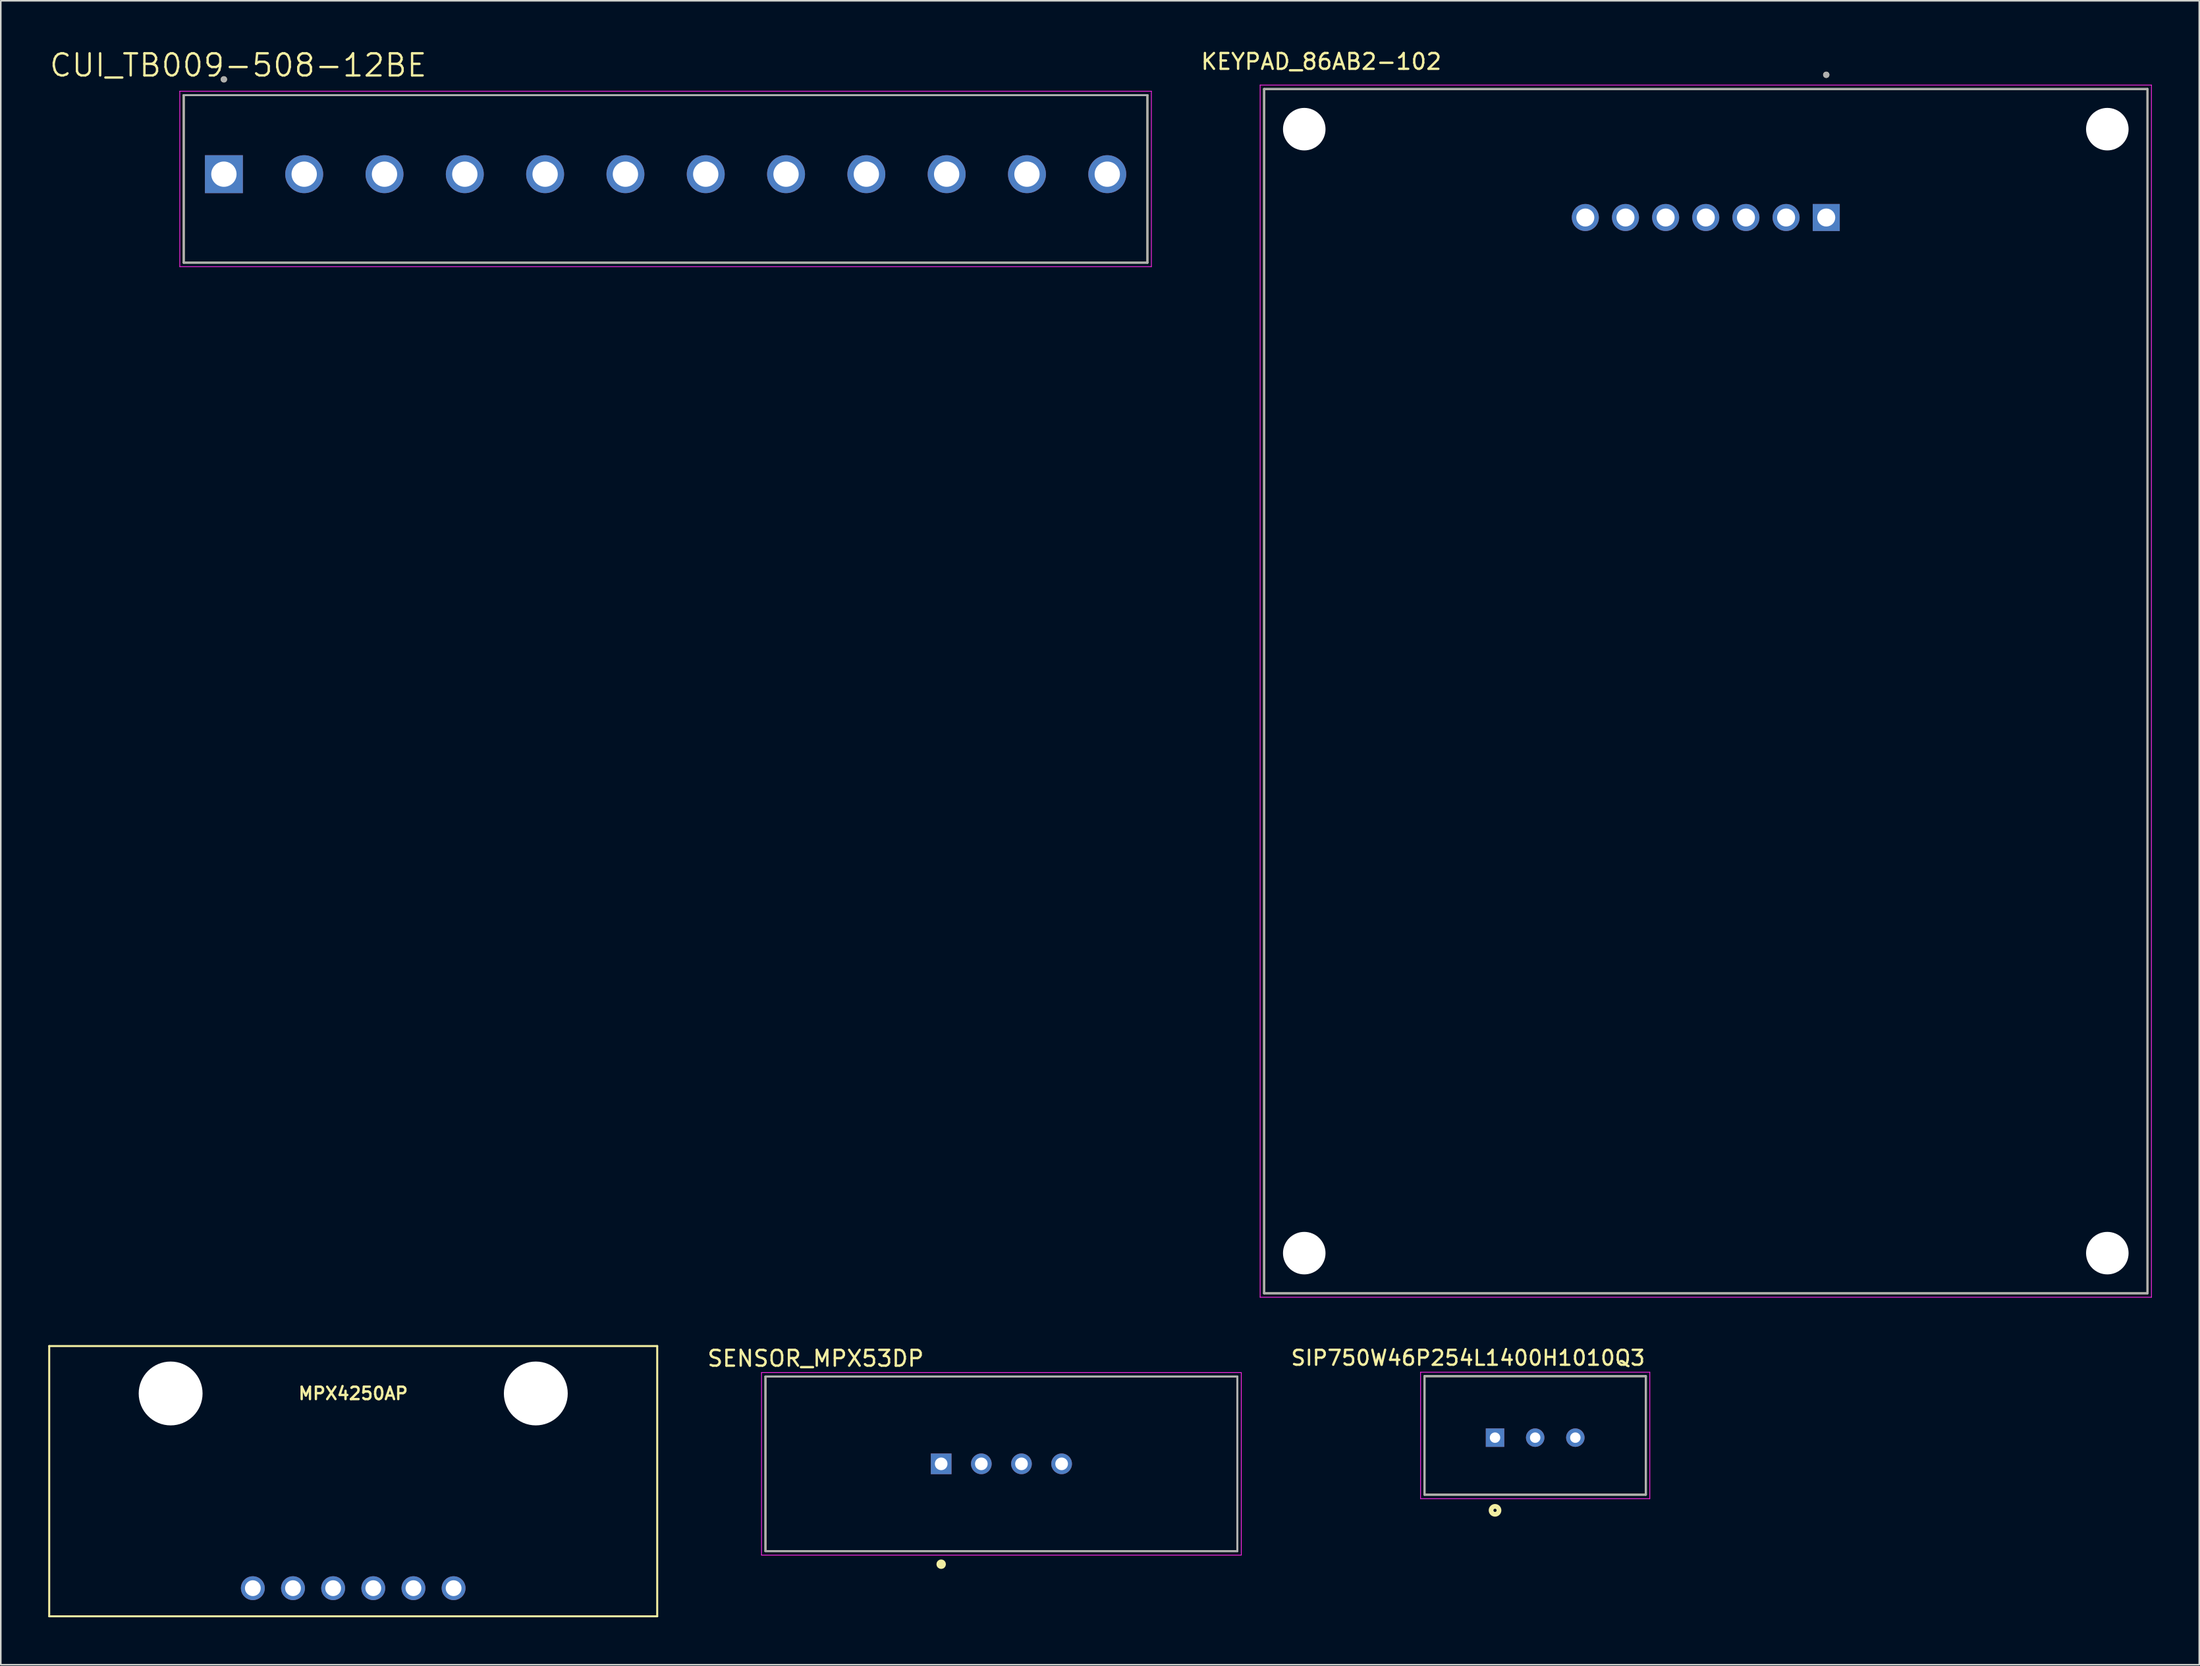
<source format=kicad_pcb>
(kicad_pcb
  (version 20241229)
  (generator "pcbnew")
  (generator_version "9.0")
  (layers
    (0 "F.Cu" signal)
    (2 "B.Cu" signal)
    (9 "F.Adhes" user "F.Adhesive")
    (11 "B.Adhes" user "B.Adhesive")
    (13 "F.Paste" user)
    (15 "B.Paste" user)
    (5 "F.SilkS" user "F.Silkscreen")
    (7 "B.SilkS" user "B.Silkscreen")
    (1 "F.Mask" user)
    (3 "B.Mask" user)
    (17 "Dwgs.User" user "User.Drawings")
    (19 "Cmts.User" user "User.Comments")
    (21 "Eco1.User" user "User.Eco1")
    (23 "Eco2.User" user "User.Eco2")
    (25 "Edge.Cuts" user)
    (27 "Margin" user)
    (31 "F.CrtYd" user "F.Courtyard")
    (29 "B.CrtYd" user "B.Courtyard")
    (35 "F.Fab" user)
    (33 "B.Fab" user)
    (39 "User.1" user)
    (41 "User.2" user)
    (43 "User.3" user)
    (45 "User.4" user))
  (footprint "SENSOR_MPX53DP"
    (layer "F.Cu")
    (at 60.296 89.575)
    (property "Reference" "SENSOR_MPX53DP" (at -11.75 -6.669 0) (layer "F.SilkS") (effects (font (size 1 1) (thickness 0.15))))
    (attr through_hole)
    (fp_line (start -14.925 -5.525) (end 14.925 -5.525) (stroke (width 0.127) (type solid)) (layer "F.SilkS"))
    (fp_line (start -14.925 5.525) (end -14.925 -5.525) (stroke (width 0.127) (type solid)) (layer "F.SilkS"))
    (fp_line (start 14.925 -5.525) (end 14.925 5.525) (stroke (width 0.127) (type solid)) (layer "F.SilkS"))
    (fp_line (start 14.925 5.525) (end -14.925 5.525) (stroke (width 0.127) (type solid)) (layer "F.SilkS"))
    (fp_circle (center -3.81 6.35) (end -3.66 6.35) (stroke (width 0.3) (type solid)) (fill no) (layer "F.SilkS"))
    (fp_line (start -15.175 -5.775) (end 15.175 -5.775) (stroke (width 0.05) (type solid)) (layer "F.CrtYd"))
    (fp_line (start -15.175 5.775) (end -15.175 -5.775) (stroke (width 0.05) (type solid)) (layer "F.CrtYd"))
    (fp_line (start 15.175 -5.775) (end 15.175 5.775) (stroke (width 0.05) (type solid)) (layer "F.CrtYd"))
    (fp_line (start 15.175 5.775) (end -15.175 5.775) (stroke (width 0.05) (type solid)) (layer "F.CrtYd"))
    (fp_line (start -14.925 -5.525) (end 14.925 -5.525) (stroke (width 0.127) (type solid)) (layer "F.Fab"))
    (fp_line (start -14.925 5.525) (end -14.925 -5.525) (stroke (width 0.127) (type solid)) (layer "F.Fab"))
    (fp_line (start 14.925 -5.525) (end 14.925 5.525) (stroke (width 0.127) (type solid)) (layer "F.Fab"))
    (fp_line (start 14.925 5.525) (end -14.925 5.525) (stroke (width 0.127) (type solid)) (layer "F.Fab"))
    (fp_circle (center -3.81 0) (end -3.66 0) (stroke (width 0.3) (type solid)) (fill no) (layer "F.Fab"))
    (pad "1" thru_hole rect (at -3.81 0) (size 1.308 1.308) (drill 0.8) (layers "*.Cu" "*.Mask"))
    (pad "2" thru_hole circle (at -1.27 0) (size 1.308 1.308) (drill 0.8) (layers "*.Cu" "*.Mask"))
    (pad "3" thru_hole circle (at 1.27 0) (size 1.308 1.308) (drill 0.8) (layers "*.Cu" "*.Mask"))
    (pad "4" thru_hole circle (at 3.81 0) (size 1.308 1.308) (drill 0.8) (layers "*.Cu" "*.Mask")))
  (footprint "KEYPAD_86AB2-102"
    (layer "F.Cu")
    (at 104.854 40.683)
    (property "Reference" "KEYPAD_86AB2-102" (at -24.325 -39.835 0) (layer "F.SilkS") (effects (font (size 1 1) (thickness 0.15))))
    (attr through_hole)
    (fp_line (start -27.94 -38.1) (end 27.94 -38.1) (stroke (width 0.127) (type solid)) (layer "F.SilkS"))
    (fp_line (start -27.94 38.1) (end -27.94 -38.1) (stroke (width 0.127) (type solid)) (layer "F.SilkS"))
    (fp_line (start 27.94 -38.1) (end 27.94 38.1) (stroke (width 0.127) (type solid)) (layer "F.SilkS"))
    (fp_line (start 27.94 38.1) (end -27.94 38.1) (stroke (width 0.127) (type solid)) (layer "F.SilkS"))
    (fp_circle (center 7.62 -39) (end 7.72 -39) (stroke (width 0.2) (type solid)) (fill no) (layer "F.SilkS"))
    (fp_line (start -28.19 -38.35) (end 28.19 -38.35) (stroke (width 0.05) (type solid)) (layer "F.CrtYd"))
    (fp_line (start -28.19 38.35) (end -28.19 -38.35) (stroke (width 0.05) (type solid)) (layer "F.CrtYd"))
    (fp_line (start 28.19 -38.35) (end 28.19 38.35) (stroke (width 0.05) (type solid)) (layer "F.CrtYd"))
    (fp_line (start 28.19 38.35) (end -28.19 38.35) (stroke (width 0.05) (type solid)) (layer "F.CrtYd"))
    (fp_line (start -27.94 -38.1) (end 27.94 -38.1) (stroke (width 0.127) (type solid)) (layer "F.Fab"))
    (fp_line (start -27.94 38.1) (end -27.94 -38.1) (stroke (width 0.127) (type solid)) (layer "F.Fab"))
    (fp_line (start 27.94 -38.1) (end 27.94 38.1) (stroke (width 0.127) (type solid)) (layer "F.Fab"))
    (fp_line (start 27.94 38.1) (end -27.94 38.1) (stroke (width 0.127) (type solid)) (layer "F.Fab"))
    (fp_circle (center 7.62 -39) (end 7.72 -39) (stroke (width 0.2) (type solid)) (fill no) (layer "F.Fab"))
    (pad "" np_thru_hole circle (at -25.4 -35.56) (size 2.69 2.69) (drill 2.69) (layers "*.Cu" "*.Mask"))
    (pad "" np_thru_hole circle (at -25.4 35.56) (size 2.69 2.69) (drill 2.69) (layers "*.Cu" "*.Mask"))
    (pad "" np_thru_hole circle (at 25.4 -35.56) (size 2.69 2.69) (drill 2.69) (layers "*.Cu" "*.Mask"))
    (pad "" np_thru_hole circle (at 25.4 35.56) (size 2.69 2.69) (drill 2.69) (layers "*.Cu" "*.Mask"))
    (pad "D" thru_hole rect (at 7.62 -29.97) (size 1.71 1.71) (drill 1.14) (layers "*.Cu" "*.Mask"))
    (pad "E" thru_hole circle (at 5.08 -29.97) (size 1.71 1.71) (drill 1.14) (layers "*.Cu" "*.Mask"))
    (pad "F" thru_hole circle (at 2.54 -29.97) (size 1.71 1.71) (drill 1.14) (layers "*.Cu" "*.Mask"))
    (pad "G" thru_hole circle (at 0 -29.97) (size 1.71 1.71) (drill 1.14) (layers "*.Cu" "*.Mask"))
    (pad "H" thru_hole circle (at -2.54 -29.97) (size 1.71 1.71) (drill 1.14) (layers "*.Cu" "*.Mask"))
    (pad "J" thru_hole circle (at -5.08 -29.97) (size 1.71 1.71) (drill 1.14) (layers "*.Cu" "*.Mask"))
    (pad "K" thru_hole circle (at -7.62 -29.97) (size 1.71 1.71) (drill 1.14) (layers "*.Cu" "*.Mask")))
  (footprint "MPX4250AP"
    (layer "F.Cu")
    (at 19.294 85.122)
    (property "Reference" "MPX4250AP" (at 0 0 0) (layer "F.SilkS") (effects (font (size 0.787 0.787) (thickness 0.15))))
    (attr through_hole)
    (fp_line (start -19.23 -3) (end -19.23 14.1) (stroke (width 0.127) (type solid)) (layer "F.SilkS"))
    (fp_line (start -19.23 -3) (end 19.23 -3) (stroke (width 0.127) (type solid)) (layer "F.SilkS"))
    (fp_line (start -19.23 14.1) (end 19.23 14.1) (stroke (width 0.127) (type solid)) (layer "F.SilkS"))
    (fp_line (start 19.23 14.1) (end 19.23 -3) (stroke (width 0.127) (type solid)) (layer "F.SilkS"))
    (pad "" np_thru_hole circle (at -11.55 0) (size 4.04 4.04) (drill 4.04) (layers "*.Cu" "*.Mask"))
    (pad "" np_thru_hole circle (at 11.55 0) (size 4.04 4.04) (drill 4.04) (layers "*.Cu" "*.Mask"))
    (pad "P$1" thru_hole circle (at 6.35 12.32) (size 1.508 1.508) (drill 1) (layers "*.Cu" "*.Mask"))
    (pad "P$2" thru_hole circle (at 3.81 12.32) (size 1.508 1.508) (drill 1) (layers "*.Cu" "*.Mask"))
    (pad "P$3" thru_hole circle (at 1.27 12.32) (size 1.508 1.508) (drill 1) (layers "*.Cu" "*.Mask"))
    (pad "P$4" thru_hole circle (at -1.27 12.32) (size 1.508 1.508) (drill 1) (layers "*.Cu" "*.Mask"))
    (pad "P$5" thru_hole circle (at -3.81 12.32) (size 1.508 1.508) (drill 1) (layers "*.Cu" "*.Mask"))
    (pad "P$6" thru_hole circle (at -6.35 12.32) (size 1.508 1.508) (drill 1) (layers "*.Cu" "*.Mask")))
  (footprint "SIP750W46P254L1400H1010Q3"
    (layer "F.Cu")
    (at 91.522 87.917)
    (property "Reference" "SIP750W46P254L1400H1010Q3" (at -1.71 -5.043 0) (layer "F.SilkS") (effects (font (size 0.945 0.945) (thickness 0.15))))
    (attr through_hole)
    (fp_line (start -4.46 -3.89) (end -4.46 3.61) (stroke (width 0.127) (type solid)) (layer "F.SilkS"))
    (fp_line (start -4.46 3.61) (end 9.54 3.61) (stroke (width 0.127) (type solid)) (layer "F.SilkS"))
    (fp_line (start 9.54 -3.89) (end -4.46 -3.89) (stroke (width 0.127) (type solid)) (layer "F.SilkS"))
    (fp_line (start 9.54 3.61) (end 9.54 -3.89) (stroke (width 0.127) (type solid)) (layer "F.SilkS"))
    (fp_circle (center 0 4.6) (end 0.1 4.6) (stroke (width 0.3) (type solid)) (fill no) (layer "F.SilkS"))
    (fp_line (start -4.71 -4.14) (end 9.79 -4.14) (stroke (width 0.05) (type solid)) (layer "F.CrtYd"))
    (fp_line (start -4.71 3.86) (end -4.71 -4.14) (stroke (width 0.05) (type solid)) (layer "F.CrtYd"))
    (fp_line (start 9.79 -4.14) (end 9.79 3.86) (stroke (width 0.05) (type solid)) (layer "F.CrtYd"))
    (fp_line (start 9.79 3.86) (end -4.71 3.86) (stroke (width 0.05) (type solid)) (layer "F.CrtYd"))
    (fp_line (start -4.46 -3.89) (end -4.46 3.61) (stroke (width 0.127) (type solid)) (layer "F.Fab"))
    (fp_line (start -4.46 3.61) (end 9.54 3.61) (stroke (width 0.127) (type solid)) (layer "F.Fab"))
    (fp_line (start 9.54 -3.89) (end -4.46 -3.89) (stroke (width 0.127) (type solid)) (layer "F.Fab"))
    (fp_line (start 9.54 3.61) (end 9.54 -3.89) (stroke (width 0.127) (type solid)) (layer "F.Fab"))
    (pad "1" thru_hole rect (at 0 0) (size 1.168 1.168) (drill 0.66) (layers "*.Cu" "*.Mask"))
    (pad "2" thru_hole circle (at 2.54 0) (size 1.168 1.168) (drill 0.66) (layers "*.Cu" "*.Mask"))
    (pad "3" thru_hole circle (at 5.08 0) (size 1.168 1.168) (drill 0.66) (layers "*.Cu" "*.Mask")))
  (footprint "CUI_TB009-508-12BE"
    (layer "F.Cu")
    (at 11.113 7.971)
    (property "Reference" "CUI_TB009-508-12BE" (at 0.905 -6.889 0) (layer "F.SilkS") (effects (font (size 1.4 1.4) (thickness 0.15))))
    (attr through_hole)
    (fp_line (start -2.54 -5) (end 58.42 -5) (stroke (width 0.127) (type solid)) (layer "F.SilkS"))
    (fp_line (start -2.54 5.6) (end -2.54 -5) (stroke (width 0.127) (type solid)) (layer "F.SilkS"))
    (fp_line (start 58.42 -5) (end 58.42 5.6) (stroke (width 0.127) (type solid)) (layer "F.SilkS"))
    (fp_line (start 58.42 5.6) (end -2.54 5.6) (stroke (width 0.127) (type solid)) (layer "F.SilkS"))
    (fp_circle (center 0 -6) (end 0.1 -6) (stroke (width 0.2) (type solid)) (fill no) (layer "F.SilkS"))
    (fp_line (start -2.79 -5.25) (end 58.67 -5.25) (stroke (width 0.05) (type solid)) (layer "F.CrtYd"))
    (fp_line (start -2.79 5.85) (end -2.79 -5.25) (stroke (width 0.05) (type solid)) (layer "F.CrtYd"))
    (fp_line (start 58.67 -5.25) (end 58.67 5.85) (stroke (width 0.05) (type solid)) (layer "F.CrtYd"))
    (fp_line (start 58.67 5.85) (end -2.79 5.85) (stroke (width 0.05) (type solid)) (layer "F.CrtYd"))
    (fp_line (start -2.54 -5) (end 58.42 -5) (stroke (width 0.127) (type solid)) (layer "F.Fab"))
    (fp_line (start -2.54 5.6) (end -2.54 -5) (stroke (width 0.127) (type solid)) (layer "F.Fab"))
    (fp_line (start 58.42 -5) (end 58.42 5.6) (stroke (width 0.127) (type solid)) (layer "F.Fab"))
    (fp_line (start 58.42 5.6) (end -2.54 5.6) (stroke (width 0.127) (type solid)) (layer "F.Fab"))
    (fp_circle (center 0 -6) (end 0.1 -6) (stroke (width 0.2) (type solid)) (fill no) (layer "F.Fab"))
    (pad "1" thru_hole rect (at 0 0) (size 2.4 2.4) (drill 1.6) (layers "*.Cu" "*.Mask"))
    (pad "2" thru_hole circle (at 5.08 0) (size 2.4 2.4) (drill 1.6) (layers "*.Cu" "*.Mask"))
    (pad "3" thru_hole circle (at 10.16 0) (size 2.4 2.4) (drill 1.6) (layers "*.Cu" "*.Mask"))
    (pad "4" thru_hole circle (at 15.24 0) (size 2.4 2.4) (drill 1.6) (layers "*.Cu" "*.Mask"))
    (pad "5" thru_hole circle (at 20.32 0) (size 2.4 2.4) (drill 1.6) (layers "*.Cu" "*.Mask"))
    (pad "6" thru_hole circle (at 25.4 0) (size 2.4 2.4) (drill 1.6) (layers "*.Cu" "*.Mask"))
    (pad "7" thru_hole circle (at 30.48 0) (size 2.4 2.4) (drill 1.6) (layers "*.Cu" "*.Mask"))
    (pad "8" thru_hole circle (at 35.56 0) (size 2.4 2.4) (drill 1.6) (layers "*.Cu" "*.Mask"))
    (pad "9" thru_hole circle (at 40.64 0) (size 2.4 2.4) (drill 1.6) (layers "*.Cu" "*.Mask"))
    (pad "10" thru_hole circle (at 45.72 0) (size 2.4 2.4) (drill 1.6) (layers "*.Cu" "*.Mask"))
    (pad "11" thru_hole circle (at 50.8 0) (size 2.4 2.4) (drill 1.6) (layers "*.Cu" "*.Mask"))
    (pad "12" thru_hole circle (at 55.88 0) (size 2.4 2.4) (drill 1.6) (layers "*.Cu" "*.Mask")))
  (gr_rect
    (start -3 -3)
    (end 136.069 102.285)
    (stroke (width 0.1) (type default))
    (fill no)
    (layer "Edge.Cuts")))
</source>
